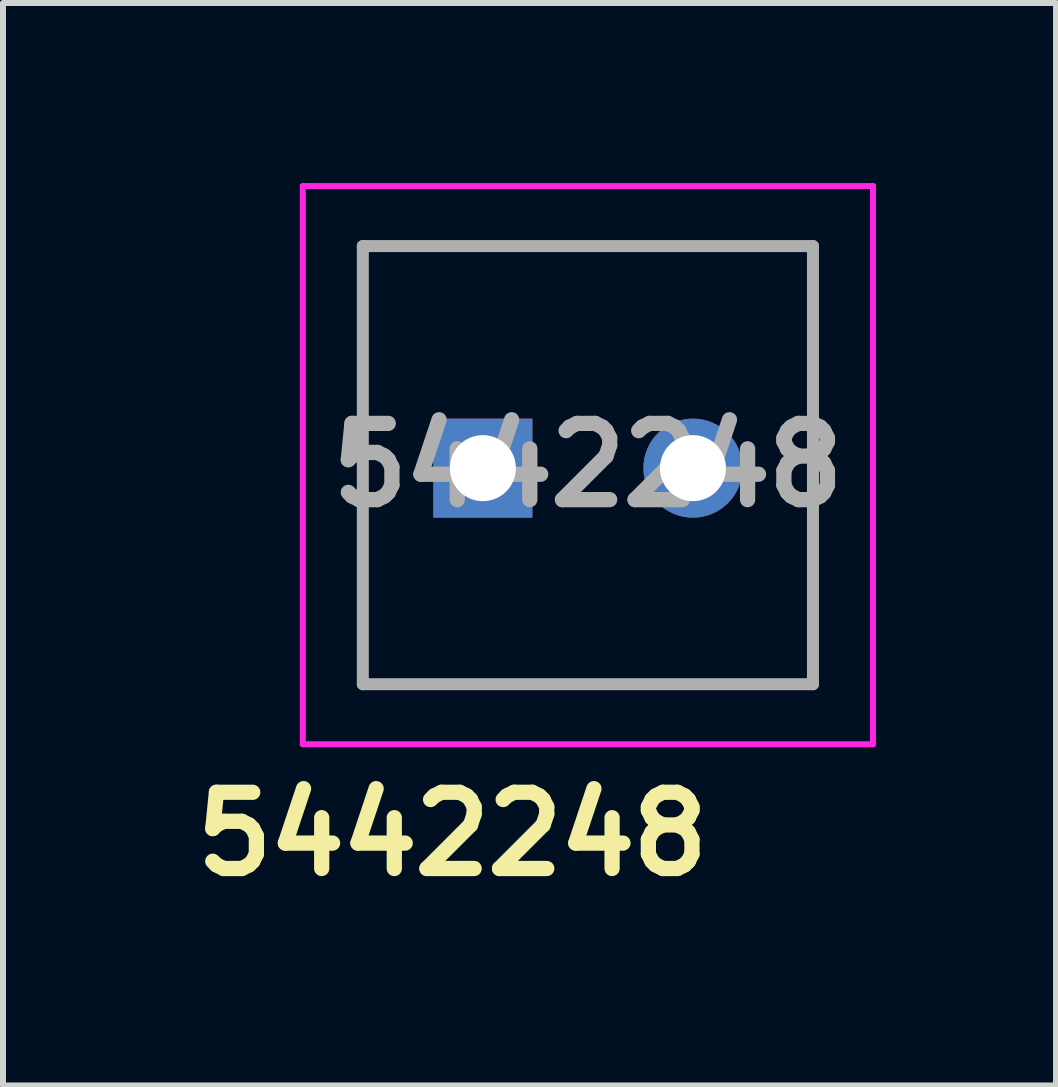
<source format=kicad_pcb>
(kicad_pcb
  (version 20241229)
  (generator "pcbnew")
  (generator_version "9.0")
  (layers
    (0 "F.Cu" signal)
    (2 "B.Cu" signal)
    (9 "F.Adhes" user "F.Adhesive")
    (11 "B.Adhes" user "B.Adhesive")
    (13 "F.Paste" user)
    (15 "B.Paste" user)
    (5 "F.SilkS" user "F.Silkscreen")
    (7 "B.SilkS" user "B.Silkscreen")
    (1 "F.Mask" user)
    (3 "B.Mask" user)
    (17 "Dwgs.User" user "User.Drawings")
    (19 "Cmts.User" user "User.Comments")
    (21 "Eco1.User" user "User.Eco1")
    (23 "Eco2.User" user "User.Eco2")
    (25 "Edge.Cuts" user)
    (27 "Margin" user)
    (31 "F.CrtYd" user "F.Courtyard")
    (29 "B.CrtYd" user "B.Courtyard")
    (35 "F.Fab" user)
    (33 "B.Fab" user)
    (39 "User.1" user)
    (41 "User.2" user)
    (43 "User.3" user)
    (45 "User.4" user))
  (footprint "5442248"
    (layer "F.Cu")
    (at 4.995 4.75)
    (property "Reference" "5442248" (at -0.508 6.096 0) (layer "F.SilkS") (effects (font (size 1.27 1.27) (thickness 0.254))))
    (attr through_hole)
    (fp_line (start -2 -3.7) (end 5.5 -3.7) (stroke (width 0.1) (type solid)) (layer "F.SilkS"))
    (fp_line (start -2 3.6) (end -2 -3.7) (stroke (width 0.1) (type solid)) (layer "F.SilkS"))
    (fp_line (start 5.5 -3.7) (end 5.5 3.6) (stroke (width 0.1) (type solid)) (layer "F.SilkS"))
    (fp_line (start 5.5 3.6) (end -2 3.6) (stroke (width 0.1) (type solid)) (layer "F.SilkS"))
    (fp_line (start -3 -4.7) (end 6.5 -4.7) (stroke (width 0.1) (type solid)) (layer "F.CrtYd"))
    (fp_line (start -3 4.6) (end -3 -4.7) (stroke (width 0.1) (type solid)) (layer "F.CrtYd"))
    (fp_line (start 6.5 -4.7) (end 6.5 4.6) (stroke (width 0.1) (type solid)) (layer "F.CrtYd"))
    (fp_line (start 6.5 4.6) (end -3 4.6) (stroke (width 0.1) (type solid)) (layer "F.CrtYd"))
    (fp_line (start -2 -3.7) (end 5.5 -3.7) (stroke (width 0.2) (type solid)) (layer "F.Fab"))
    (fp_line (start -2 3.6) (end -2 -3.7) (stroke (width 0.2) (type solid)) (layer "F.Fab"))
    (fp_line (start 5.5 -3.7) (end 5.5 3.6) (stroke (width 0.2) (type solid)) (layer "F.Fab"))
    (fp_line (start 5.5 3.6) (end -2 3.6) (stroke (width 0.2) (type solid)) (layer "F.Fab"))
    (fp_text user "${REFERENCE}" (at 1.75 -0.05 0) (layer "F.Fab") (effects (font (size 1.27 1.27) (thickness 0.254))))
    (pad "1" thru_hole rect (at 0 0) (size 1.65 1.65) (drill 1.1) (layers "*.Cu" "*.Mask"))
    (pad "2" thru_hole circle (at 3.5 0) (size 1.65 1.65) (drill 1.1) (layers "*.Cu" "*.Mask")))
  (gr_rect
    (start -3 -3)
    (end 14.545 15.035)
    (stroke (width 0.1) (type default))
    (fill no)
    (layer "Edge.Cuts")))
</source>
